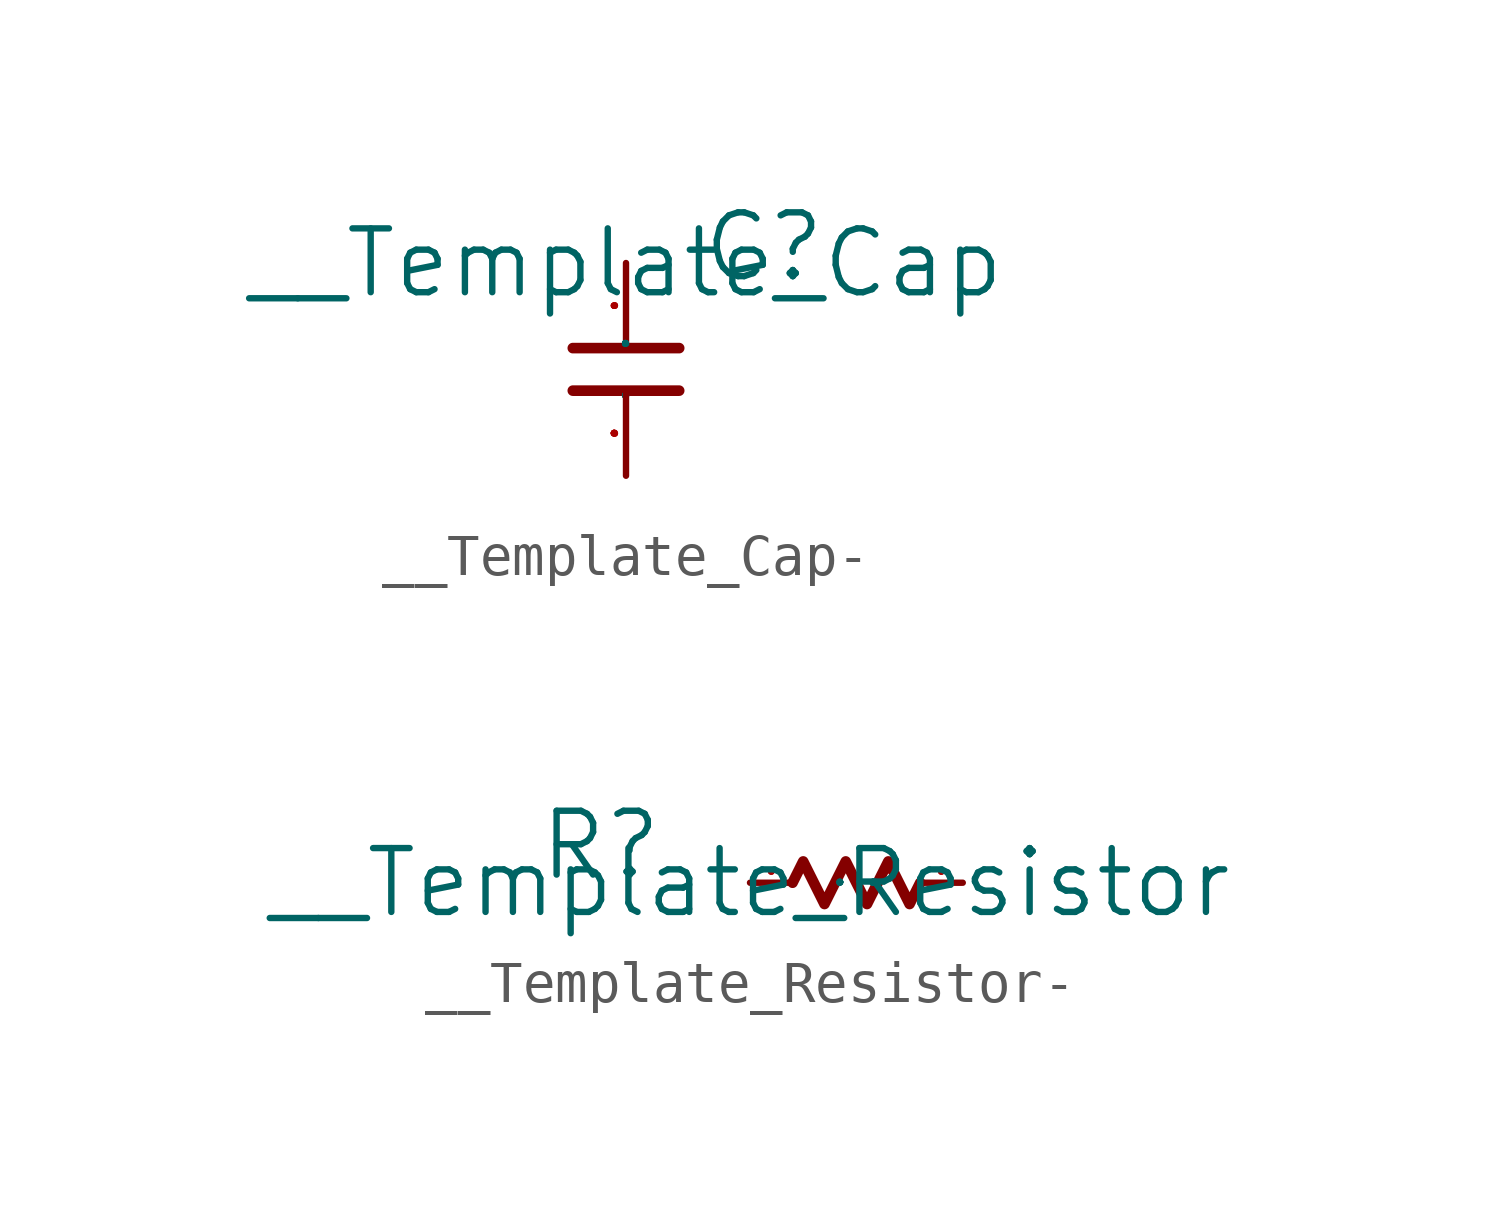
<source format=kicad_sym>
(kicad_symbol_lib
  (version 20220914)
  (generator kicad_symbol_editor)
  (symbol "__Template_Cap-"
    (pin_names
      (offset 1.016))
    (property "Reference" "C"
      (at 1.778 -0.508 0)
      (effects (font (size 1.524 1.524)) (justify left bottom)))
    (property "Value" "__Template_Cap"
      (at 0 0 0)
      (effects (font (size 1.524 1.524))))
    (property "Footprint" ""
      (at 0 0 0)
      (effects (font (size 1.524 1.524))))
    (property "Datasheet" ""
      (at 0 0 0)
      (effects (font (size 1.524 1.524))))
    (symbol "__Template_Cap-_0_1"
      (polyline (pts (xy 1.27 -3.048) (xy -1.27 -3.048)) (stroke (width 0.254) (type solid)) (fill (type none)))
      (polyline (pts (xy 1.27 -2.032) (xy -1.27 -2.032)) (stroke (width 0.254) (type solid)) (fill (type none)))
      (pin passive line (at 0 0 270) (length 2.032) (name "P" (effects (font (size 0.025 0.025)))) (number "1" (effects (font (size 0.025 0.025)))))
      (pin passive line (at 0 -5.08 90) (length 2.032) (name "P" (effects (font (size 0.025 0.025)))) (number "2" (effects (font (size 0.025 0.025)))))))
  (symbol "__Template_Resistor-"
    (pin_names
      (offset 1.016))
    (property "Reference" "R"
      (at -5.08 0 0)
      (effects (font (size 1.524 1.524)) (justify left bottom)))
    (property "Value" "__Template_Resistor"
      (at 0 0 0)
      (effects (font (size 1.524 1.524))))
    (property "Footprint" ""
      (at 0 0 0)
      (effects (font (size 1.524 1.524))))
    (property "Datasheet" ""
      (at 0 0 0)
      (effects (font (size 1.524 1.524))))
    (symbol "__Template_Resistor-_0_1"
      (polyline (pts (xy 1.016 0) (xy 1.27 0.508) (xy 1.778 -0.508) (xy 2.286 0.508) (xy 2.794 -0.508) (xy 3.302 0.508) (xy 3.81 -0.508) (xy 4.064 0)) (stroke (width 0.254) (type solid)) (fill (type none)))
      (pin passive line (at 0 0 0) (length 1.016) (name "P" (effects (font (size 0.025 0.025)))) (number "1" (effects (font (size 0.025 0.025)))))
      (pin passive line (at 5.08 0 180) (length 1.016) (name "P" (effects (font (size 0.025 0.025)))) (number "2" (effects (font (size 0.025 0.025))))))))
</source>
